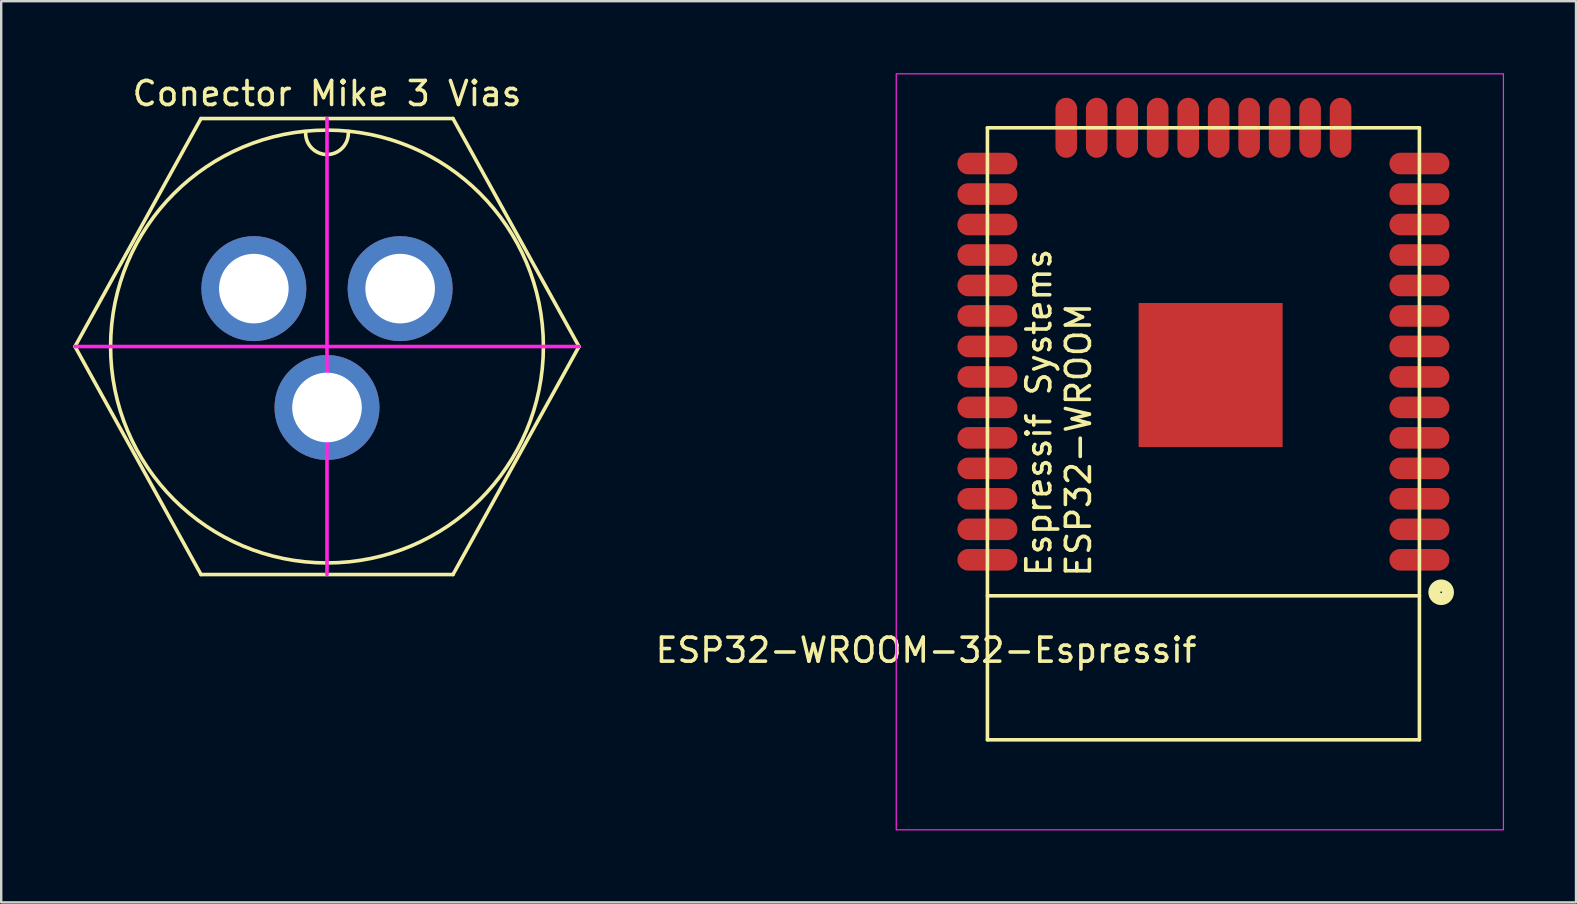
<source format=kicad_pcb>
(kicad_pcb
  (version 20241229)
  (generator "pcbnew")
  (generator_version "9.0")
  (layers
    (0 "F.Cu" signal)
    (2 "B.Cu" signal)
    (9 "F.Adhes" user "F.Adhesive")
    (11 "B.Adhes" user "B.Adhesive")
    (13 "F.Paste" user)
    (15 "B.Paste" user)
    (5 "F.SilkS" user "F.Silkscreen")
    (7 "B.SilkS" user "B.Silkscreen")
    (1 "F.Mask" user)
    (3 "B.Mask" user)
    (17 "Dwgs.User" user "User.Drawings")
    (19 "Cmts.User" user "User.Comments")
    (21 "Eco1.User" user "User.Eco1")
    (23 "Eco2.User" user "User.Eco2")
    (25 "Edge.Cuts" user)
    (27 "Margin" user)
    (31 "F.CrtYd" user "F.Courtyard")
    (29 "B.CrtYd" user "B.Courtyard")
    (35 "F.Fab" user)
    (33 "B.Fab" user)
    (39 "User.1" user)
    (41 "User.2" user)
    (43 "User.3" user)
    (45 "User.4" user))
  (footprint "Conector Mike 3 Vias"
    (layer "F.Cu")
    (at 10.575 11.389)
    (property "Reference" "Conector Mike 3 Vias" (at 0 -10.541 0) (layer "F.SilkS") (effects (font (size 1 1) (thickness 0.15))))
    (attr through_hole)
    (fp_line (start -10.5 0) (end -5.25 -9.5) (stroke (width 0.15) (type solid)) (layer "F.SilkS"))
    (fp_line (start -5.25 -9.5) (end 5.25 -9.5) (stroke (width 0.15) (type solid)) (layer "F.SilkS"))
    (fp_line (start -5.25 9.5) (end -10.5 0) (stroke (width 0.15) (type solid)) (layer "F.SilkS"))
    (fp_line (start -5.25 9.5) (end 5.25 9.5) (stroke (width 0.15) (type solid)) (layer "F.SilkS"))
    (fp_line (start 5.25 -9.5) (end 10.5 0) (stroke (width 0.15) (type solid)) (layer "F.SilkS"))
    (fp_line (start 5.25 9.5) (end 10.5 0) (stroke (width 0.15) (type solid)) (layer "F.SilkS"))
    (fp_arc (start 0.889 -8.89) (mid 0 -8.001) (end -0.889 -8.89) (stroke (width 0.15) (type solid)) (layer "F.SilkS"))
    (fp_circle (center 0 0) (end 9.017 0) (stroke (width 0.15) (type solid)) (fill no) (layer "F.SilkS"))
    (fp_line (start -10.5 0) (end 10.5 0) (stroke (width 0.15) (type solid)) (layer "F.CrtYd"))
    (fp_line (start 0 -9.5) (end 0 9.5) (stroke (width 0.15) (type solid)) (layer "F.CrtYd"))
    (pad "1" thru_hole circle (at -3.048 -2.413) (size 4.373 4.373) (drill 2.9) (layers "*.Cu" "*.Mask"))
    (pad "2" thru_hole circle (at 0 2.54) (size 4.373 4.373) (drill 2.9) (layers "*.Cu" "*.Mask"))
    (pad "3" thru_hole circle (at 3.048 -2.413) (size 4.373 4.373) (drill 2.9) (layers "*.Cu" "*.Mask")))
  (footprint "ESP32-WROOM-32-Espressif"
    (layer "F.Cu")
    (at 47.094 15.025)
    (property "Reference" "ESP32-WROOM-32-Espressif" (at -11.557 9.017 0) (layer "F.SilkS") (effects (font (size 1 1) (thickness 0.15))))
    (attr through_hole)
    (fp_line (start -9 -12.75) (end 9 -12.75) (stroke (width 0.15) (type solid)) (layer "F.SilkS"))
    (fp_line (start -9 6.75) (end 9 6.75) (stroke (width 0.15) (type solid)) (layer "F.SilkS"))
    (fp_line (start -9 12.75) (end -9 -12.75) (stroke (width 0.15) (type solid)) (layer "F.SilkS"))
    (fp_line (start -9 12.75) (end 9 12.75) (stroke (width 0.15) (type solid)) (layer "F.SilkS"))
    (fp_line (start 9 12.75) (end 9 -12.75) (stroke (width 0.15) (type solid)) (layer "F.SilkS"))
    (fp_circle (center 9.906 6.604) (end 10.033 6.858) (stroke (width 0.5) (type solid)) (fill no) (layer "F.SilkS"))
    (fp_rect (start -12.8 -15) (end 12.5 16.5) (stroke (width 0.05) (type solid)) (fill no) (layer "F.CrtYd"))
    (fp_text user "ESP32-WROOM" (at -5.207 0.254 90) (layer "F.SilkS") (effects (font (size 1 1) (thickness 0.15))))
    (fp_text user "Espressif Systems" (at -6.858 -0.889 90) (layer "F.SilkS") (effects (font (size 1 1) (thickness 0.15))))
    (pad "1" smd oval (at 9 5.25) (size 2.5 0.9) (layers "F.Cu" "F.Mask" "F.Paste"))
    (pad "2" smd oval (at 9 3.98) (size 2.5 0.9) (layers "F.Cu" "F.Mask" "F.Paste"))
    (pad "3" smd oval (at 9 2.71) (size 2.5 0.9) (layers "F.Cu" "F.Mask" "F.Paste"))
    (pad "4" smd oval (at 9 1.44) (size 2.5 0.9) (layers "F.Cu" "F.Mask" "F.Paste"))
    (pad "5" smd oval (at 9 0.17) (size 2.5 0.9) (layers "F.Cu" "F.Mask" "F.Paste"))
    (pad "6" smd oval (at 9 -1.1) (size 2.5 0.9) (layers "F.Cu" "F.Mask" "F.Paste"))
    (pad "7" smd oval (at 9 -2.37) (size 2.5 0.9) (layers "F.Cu" "F.Mask" "F.Paste"))
    (pad "8" smd oval (at 9 -3.64) (size 2.5 0.9) (layers "F.Cu" "F.Mask" "F.Paste"))
    (pad "9" smd oval (at 9 -4.91) (size 2.5 0.9) (layers "F.Cu" "F.Mask" "F.Paste"))
    (pad "10" smd oval (at 9 -6.18) (size 2.5 0.9) (layers "F.Cu" "F.Mask" "F.Paste"))
    (pad "11" smd oval (at 9 -7.45) (size 2.5 0.9) (layers "F.Cu" "F.Mask" "F.Paste"))
    (pad "12" smd oval (at 9 -8.72) (size 2.5 0.9) (layers "F.Cu" "F.Mask" "F.Paste"))
    (pad "13" smd oval (at 9 -9.99) (size 2.5 0.9) (layers "F.Cu" "F.Mask" "F.Paste"))
    (pad "14" smd oval (at 9 -11.26) (size 2.5 0.9) (layers "F.Cu" "F.Mask" "F.Paste"))
    (pad "15" smd oval (at 5.715 -12.75) (size 0.9 2.5) (layers "F.Cu" "F.Mask" "F.Paste"))
    (pad "16" smd oval (at 4.445 -12.75) (size 0.9 2.5) (layers "F.Cu" "F.Mask" "F.Paste"))
    (pad "17" smd oval (at 3.175 -12.75) (size 0.9 2.5) (layers "F.Cu" "F.Mask" "F.Paste"))
    (pad "18" smd oval (at 1.905 -12.75) (size 0.9 2.5) (layers "F.Cu" "F.Mask" "F.Paste"))
    (pad "19" smd oval (at 0.635 -12.75) (size 0.9 2.5) (layers "F.Cu" "F.Mask" "F.Paste"))
    (pad "20" smd oval (at -0.635 -12.75) (size 0.9 2.5) (layers "F.Cu" "F.Mask" "F.Paste"))
    (pad "21" smd oval (at -1.905 -12.75) (size 0.9 2.5) (layers "F.Cu" "F.Mask" "F.Paste"))
    (pad "22" smd oval (at -3.175 -12.75) (size 0.9 2.5) (layers "F.Cu" "F.Mask" "F.Paste"))
    (pad "23" smd oval (at -4.445 -12.75) (size 0.9 2.5) (layers "F.Cu" "F.Mask" "F.Paste"))
    (pad "24" smd oval (at -5.715 -12.75) (size 0.9 2.5) (layers "F.Cu" "F.Mask" "F.Paste"))
    (pad "25" smd oval (at -9 -11.26) (size 2.5 0.9) (layers "F.Cu" "F.Mask" "F.Paste"))
    (pad "26" smd oval (at -9 -9.99) (size 2.5 0.9) (layers "F.Cu" "F.Mask" "F.Paste"))
    (pad "27" smd oval (at -9 -8.72) (size 2.5 0.9) (layers "F.Cu" "F.Mask" "F.Paste"))
    (pad "28" smd oval (at -9 -7.45) (size 2.5 0.9) (layers "F.Cu" "F.Mask" "F.Paste"))
    (pad "29" smd oval (at -9 -6.18) (size 2.5 0.9) (layers "F.Cu" "F.Mask" "F.Paste"))
    (pad "30" smd oval (at -9 -4.91) (size 2.5 0.9) (layers "F.Cu" "F.Mask" "F.Paste"))
    (pad "31" smd oval (at -9 -3.64) (size 2.5 0.9) (layers "F.Cu" "F.Mask" "F.Paste"))
    (pad "32" smd oval (at -9 -2.37) (size 2.5 0.9) (layers "F.Cu" "F.Mask" "F.Paste"))
    (pad "33" smd oval (at -9 -1.1) (size 2.5 0.9) (layers "F.Cu" "F.Mask" "F.Paste"))
    (pad "34" smd oval (at -9 0.17) (size 2.5 0.9) (layers "F.Cu" "F.Mask" "F.Paste"))
    (pad "35" smd oval (at -9 1.44) (size 2.5 0.9) (layers "F.Cu" "F.Mask" "F.Paste"))
    (pad "36" smd oval (at -9 2.71) (size 2.5 0.9) (layers "F.Cu" "F.Mask" "F.Paste"))
    (pad "37" smd oval (at -9 3.98) (size 2.5 0.9) (layers "F.Cu" "F.Mask" "F.Paste"))
    (pad "38" smd oval (at -9 5.25) (size 2.5 0.9) (layers "F.Cu" "F.Mask" "F.Paste"))
    (pad "39" smd rect (at 0.3 -2.45) (size 6 6) (layers "F.Cu" "F.Mask" "F.Paste"))
    (zone (net_name "") (layers "F.Cu" "B.Cu") (hatch edge 0.508) (connect_pads) (min_thickness 0.254) (filled_areas_thickness no) (keepout (tracks not_allowed) (vias not_allowed) (pads not_allowed) (copperpour allowed) (footprints allowed)) (placement (enabled no)) (fill) (polygon (pts (xy 57.094 28.125) (xy 37.094 28.125) (xy 37.094 21.825) (xy 57.094 21.825)))))
  (gr_rect
    (start -3 -3)
    (end 62.619 34.55)
    (stroke (width 0.1) (type default))
    (fill no)
    (layer "Edge.Cuts")))
</source>
